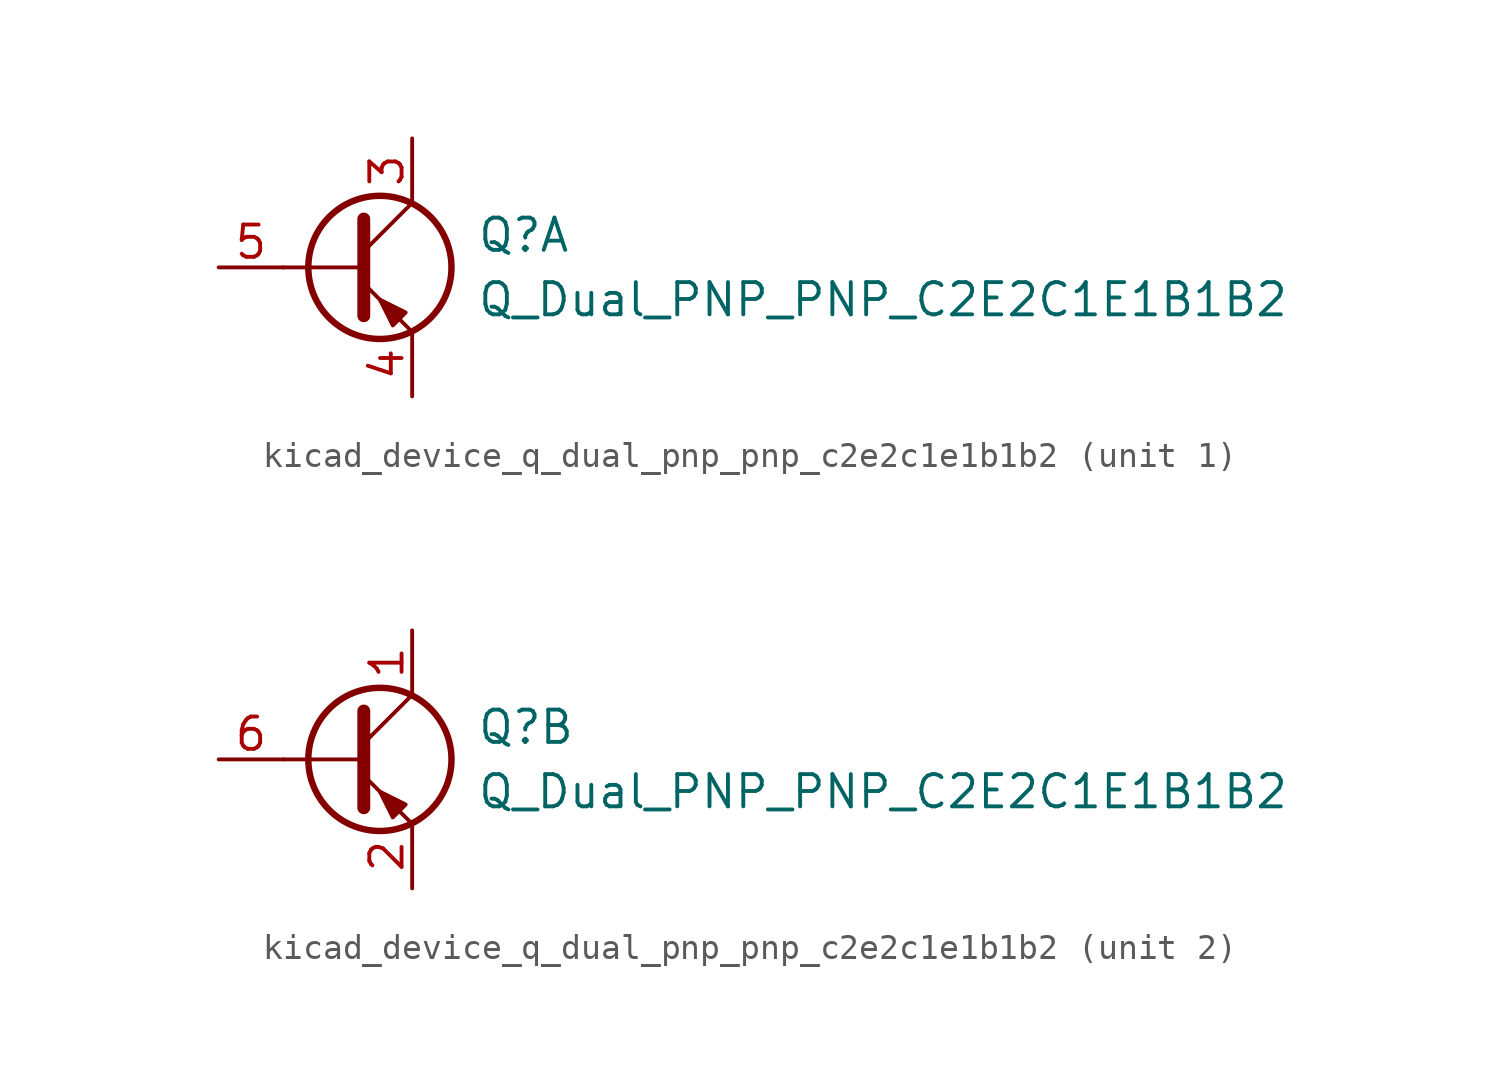
<source format=kicad_sym>
(kicad_symbol_lib
  (version 20220914)
  (generator kicad_symbol_editor)
  (symbol "kicad_device_q_dual_pnp_pnp_c2e2c1e1b1b2"
    (pin_names
      (offset 0) hide)
    (property "Reference" "Q"
      (at 5.08 1.27 0)
      (effects (font (size 1.27 1.27)) (justify left)))
    (property "Value" "Q_Dual_PNP_PNP_C2E2C1E1B1B2"
      (at 5.08 -1.27 0)
      (effects (font (size 1.27 1.27)) (justify left)))
    (property "ki_locked" ""
      (at 0 0 0)
      (effects (font (size 1.27 1.27))))
    (symbol "kicad_device_q_dual_pnp_pnp_c2e2c1e1b1b2_0_1"
      (polyline (pts (xy 0.635 0) (xy -2.54 0)) (stroke (width 0) (type default)) (fill (type none)))
      (polyline (pts (xy 0.635 0.635) (xy 2.54 2.54)) (stroke (width 0) (type default)) (fill (type none)))
      (polyline (pts (xy 0.635 -0.635) (xy 2.54 -2.54) (xy 2.54 -2.54)) (stroke (width 0) (type default)) (fill (type none)))
      (polyline (pts (xy 0.635 1.905) (xy 0.635 -1.905) (xy 0.635 -1.905)) (stroke (width 0.508) (type default)) (fill (type none)))
      (polyline (pts (xy 2.286 -1.778) (xy 1.778 -2.286) (xy 1.27 -1.27) (xy 2.286 -1.778) (xy 2.286 -1.778)) (stroke (width 0) (type default)) (fill (type outline)))
      (circle (center 1.27 0) (radius 2.819) (stroke (width 0.254) (type default)) (fill (type none))))
    (symbol "kicad_device_q_dual_pnp_pnp_c2e2c1e1b1b2_1_1"
      (pin passive line (at 2.54 5.08 270) (length 2.54) (name "C1" (effects (font (size 1.27 1.27)))) (number "3" (effects (font (size 1.27 1.27)))))
      (pin passive line (at 2.54 -5.08 90) (length 2.54) (name "E1" (effects (font (size 1.27 1.27)))) (number "4" (effects (font (size 1.27 1.27)))))
      (pin input line (at -5.08 0 0) (length 2.54) (name "B1" (effects (font (size 1.27 1.27)))) (number "5" (effects (font (size 1.27 1.27))))))
    (symbol "kicad_device_q_dual_pnp_pnp_c2e2c1e1b1b2_2_1"
      (pin passive line (at 2.54 5.08 270) (length 2.54) (name "C2" (effects (font (size 1.27 1.27)))) (number "1" (effects (font (size 1.27 1.27)))))
      (pin passive line (at 2.54 -5.08 90) (length 2.54) (name "E2" (effects (font (size 1.27 1.27)))) (number "2" (effects (font (size 1.27 1.27)))))
      (pin input line (at -5.08 0 0) (length 2.54) (name "B2" (effects (font (size 1.27 1.27)))) (number "6" (effects (font (size 1.27 1.27))))))))
</source>
